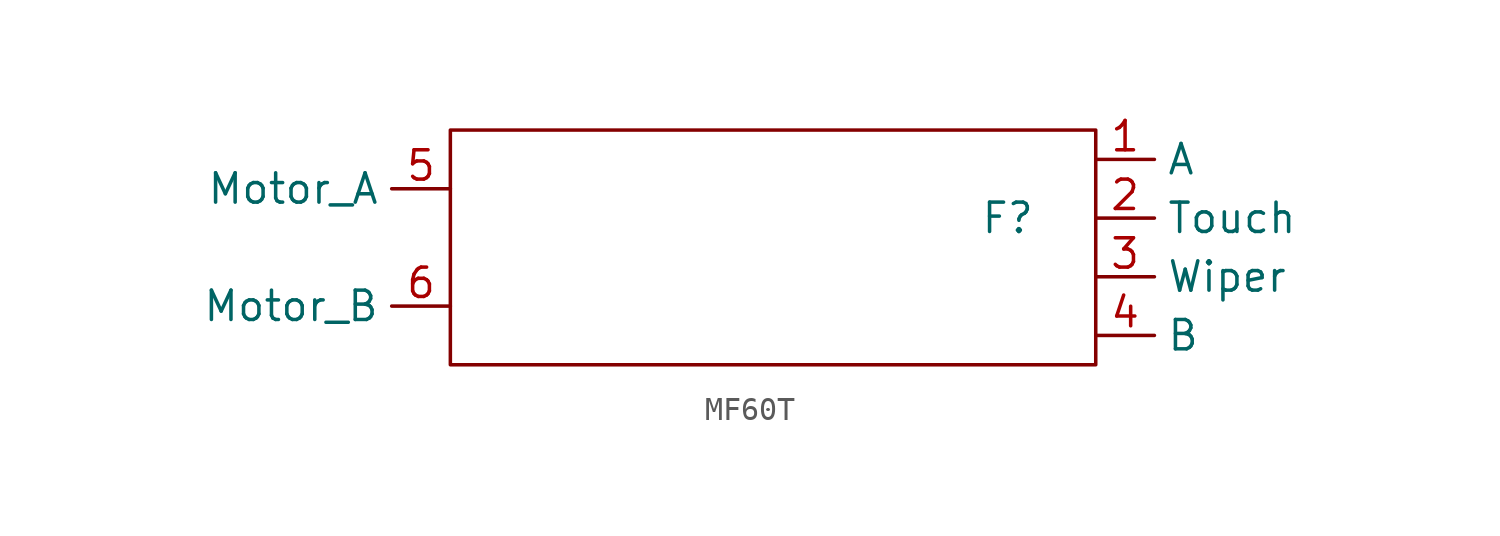
<source format=kicad_sym>
(kicad_symbol_lib
  (version 20231120)
  (generator "kicad_symbol_editor")
  (generator_version "8.0")
  (symbol "MF60T"
    (property "Reference" "F"
      (at 10.16 1.27 0)
      (effects (font (size 1.27 1.27))))
    (property "Value" ""
      (at 10.16 1.27 0)
      (effects (font (size 1.27 1.27))))
    (symbol "MF60T_0_1"
      (rectangle (start -13.97 5.08) (end 13.97 -5.08) (stroke (width 0) (type default)) (fill (type none))))
    (symbol "MF60T_1_1"
      (pin bidirectional line (at 13.97 3.81 0) (length 2.54) (name "A" (effects (font (size 1.27 1.27)))) (number "1" (effects (font (size 1.27 1.27)))))
      (pin output line (at 13.97 1.27 0) (length 2.54) (name "Touch" (effects (font (size 1.27 1.27)))) (number "2" (effects (font (size 1.27 1.27)))))
      (pin bidirectional line (at 13.97 -1.27 0) (length 2.54) (name "Wiper" (effects (font (size 1.27 1.27)))) (number "3" (effects (font (size 1.27 1.27)))))
      (pin bidirectional line (at 13.97 -3.81 0) (length 2.54) (name "B" (effects (font (size 1.27 1.27)))) (number "4" (effects (font (size 1.27 1.27)))))
      (pin input line (at -13.97 2.54 180) (length 2.54) (name "Motor_A" (effects (font (size 1.27 1.27)))) (number "5" (effects (font (size 1.27 1.27)))))
      (pin input line (at -13.97 -2.54 180) (length 2.54) (name "Motor_B" (effects (font (size 1.27 1.27)))) (number "6" (effects (font (size 1.27 1.27))))))))
</source>
